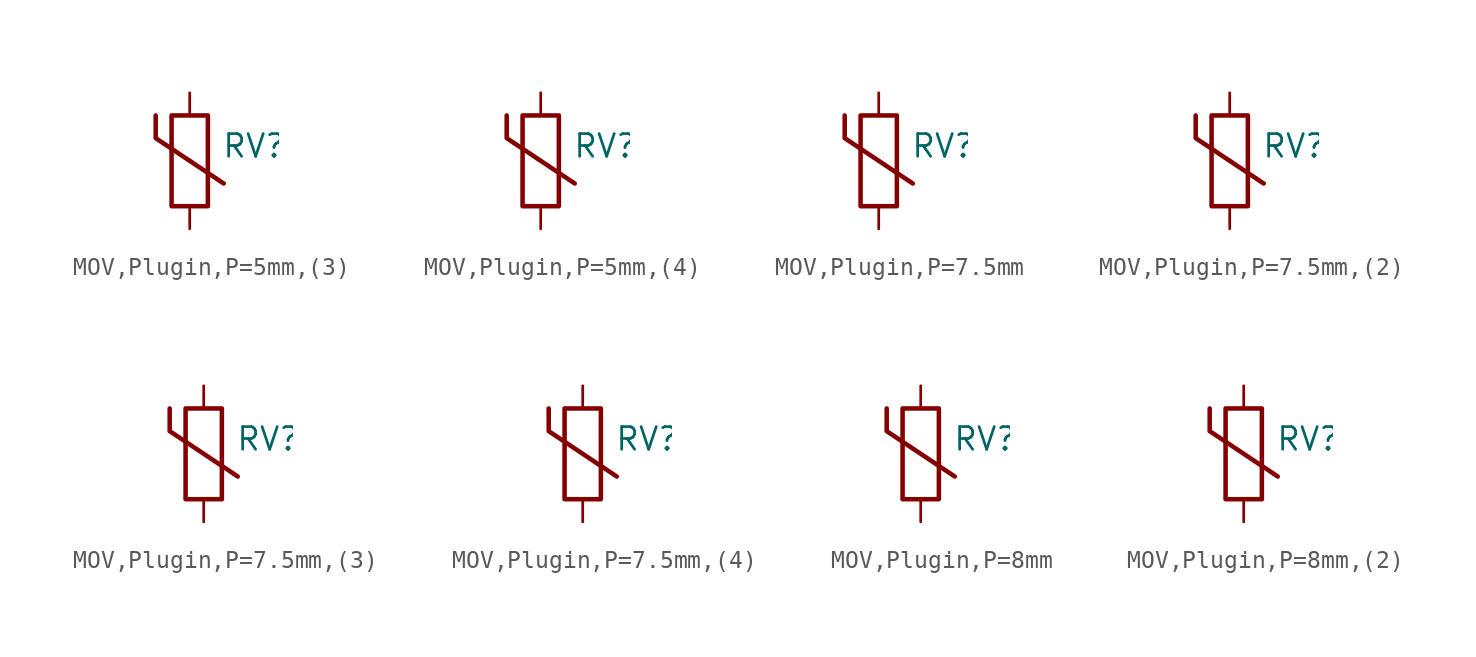
<source format=kicad_sym>
(kicad_symbol_lib
  (version 20231120)
  (generator "CDFER")
  (generator_version "8.0")
  (symbol "MOV,Plugin,P=5mm,(3)"
    (pin_numbers hide)
    (pin_names
      (offset 0))
    (property "Reference" "RV"
      (at 1.778 0.834 0)
      (effects (font (size 1.27 1.27)) (justify left)))
    (property "Value" ""
      (at 1.778 -1.212 0)
      (effects (font (size 0.8 0.8)) (justify left)))
    (symbol "MOV,Plugin,P=5mm,(3)_0_1"
      (rectangle (start -1.016 2.54) (end 1.016 -2.54) (stroke (width 0.254) (type default)) (fill (type none))))
    (symbol "MOV,Plugin,P=5mm,(3)_0_1"
      (polyline (pts (xy -1.905 2.54) (xy -1.905 1.27) (xy 1.905 -1.27)) (stroke (width 0.254) (type default)) (fill (type none))))
    (symbol "MOV,Plugin,P=5mm,(3)_1_1"
      (pin passive line (at 0 3.81 270) (length 1.27) (name "~" (effects (font (size 1.27 1.27)))) (number "1" (effects (font (size 1.27 1.27)))))
      (pin passive line (at 0 -3.81 90) (length 1.27) (name "~" (effects (font (size 1.27 1.27)))) (number "2" (effects (font (size 1.27 1.27)))))))
  (symbol "MOV,Plugin,P=5mm,(4)"
    (pin_numbers hide)
    (pin_names
      (offset 0))
    (property "Reference" "RV"
      (at 1.778 0.834 0)
      (effects (font (size 1.27 1.27)) (justify left)))
    (property "Value" ""
      (at 1.778 -1.212 0)
      (effects (font (size 0.8 0.8)) (justify left)))
    (symbol "MOV,Plugin,P=5mm,(4)_0_1"
      (rectangle (start -1.016 2.54) (end 1.016 -2.54) (stroke (width 0.254) (type default)) (fill (type none))))
    (symbol "MOV,Plugin,P=5mm,(4)_0_1"
      (polyline (pts (xy -1.905 2.54) (xy -1.905 1.27) (xy 1.905 -1.27)) (stroke (width 0.254) (type default)) (fill (type none))))
    (symbol "MOV,Plugin,P=5mm,(4)_1_1"
      (pin passive line (at 0 3.81 270) (length 1.27) (name "~" (effects (font (size 1.27 1.27)))) (number "1" (effects (font (size 1.27 1.27)))))
      (pin passive line (at 0 -3.81 90) (length 1.27) (name "~" (effects (font (size 1.27 1.27)))) (number "2" (effects (font (size 1.27 1.27)))))))
  (symbol "MOV,Plugin,P=7.5mm"
    (pin_numbers hide)
    (pin_names
      (offset 0))
    (property "Reference" "RV"
      (at 1.778 0.834 0)
      (effects (font (size 1.27 1.27)) (justify left)))
    (property "Value" ""
      (at 1.778 -1.212 0)
      (effects (font (size 0.8 0.8)) (justify left)))
    (symbol "MOV,Plugin,P=7.5mm_0_1"
      (rectangle (start -1.016 2.54) (end 1.016 -2.54) (stroke (width 0.254) (type default)) (fill (type none))))
    (symbol "MOV,Plugin,P=7.5mm_0_1"
      (polyline (pts (xy -1.905 2.54) (xy -1.905 1.27) (xy 1.905 -1.27)) (stroke (width 0.254) (type default)) (fill (type none))))
    (symbol "MOV,Plugin,P=7.5mm_1_1"
      (pin passive line (at 0 3.81 270) (length 1.27) (name "~" (effects (font (size 1.27 1.27)))) (number "1" (effects (font (size 1.27 1.27)))))
      (pin passive line (at 0 -3.81 90) (length 1.27) (name "~" (effects (font (size 1.27 1.27)))) (number "2" (effects (font (size 1.27 1.27)))))))
  (symbol "MOV,Plugin,P=7.5mm,(2)"
    (pin_numbers hide)
    (pin_names
      (offset 0))
    (property "Reference" "RV"
      (at 1.778 0.834 0)
      (effects (font (size 1.27 1.27)) (justify left)))
    (property "Value" ""
      (at 1.778 -1.212 0)
      (effects (font (size 0.8 0.8)) (justify left)))
    (symbol "MOV,Plugin,P=7.5mm,(2)_0_1"
      (rectangle (start -1.016 2.54) (end 1.016 -2.54) (stroke (width 0.254) (type default)) (fill (type none))))
    (symbol "MOV,Plugin,P=7.5mm,(2)_0_1"
      (polyline (pts (xy -1.905 2.54) (xy -1.905 1.27) (xy 1.905 -1.27)) (stroke (width 0.254) (type default)) (fill (type none))))
    (symbol "MOV,Plugin,P=7.5mm,(2)_1_1"
      (pin passive line (at 0 3.81 270) (length 1.27) (name "~" (effects (font (size 1.27 1.27)))) (number "1" (effects (font (size 1.27 1.27)))))
      (pin passive line (at 0 -3.81 90) (length 1.27) (name "~" (effects (font (size 1.27 1.27)))) (number "2" (effects (font (size 1.27 1.27)))))))
  (symbol "MOV,Plugin,P=7.5mm,(3)"
    (pin_numbers hide)
    (pin_names
      (offset 0))
    (property "Reference" "RV"
      (at 1.778 0.834 0)
      (effects (font (size 1.27 1.27)) (justify left)))
    (property "Value" ""
      (at 1.778 -1.212 0)
      (effects (font (size 0.8 0.8)) (justify left)))
    (symbol "MOV,Plugin,P=7.5mm,(3)_0_1"
      (rectangle (start -1.016 2.54) (end 1.016 -2.54) (stroke (width 0.254) (type default)) (fill (type none))))
    (symbol "MOV,Plugin,P=7.5mm,(3)_0_1"
      (polyline (pts (xy -1.905 2.54) (xy -1.905 1.27) (xy 1.905 -1.27)) (stroke (width 0.254) (type default)) (fill (type none))))
    (symbol "MOV,Plugin,P=7.5mm,(3)_1_1"
      (pin passive line (at 0 3.81 270) (length 1.27) (name "~" (effects (font (size 1.27 1.27)))) (number "1" (effects (font (size 1.27 1.27)))))
      (pin passive line (at 0 -3.81 90) (length 1.27) (name "~" (effects (font (size 1.27 1.27)))) (number "2" (effects (font (size 1.27 1.27)))))))
  (symbol "MOV,Plugin,P=7.5mm,(4)"
    (pin_numbers hide)
    (pin_names
      (offset 0))
    (property "Reference" "RV"
      (at 1.778 0.834 0)
      (effects (font (size 1.27 1.27)) (justify left)))
    (property "Value" ""
      (at 1.778 -1.212 0)
      (effects (font (size 0.8 0.8)) (justify left)))
    (symbol "MOV,Plugin,P=7.5mm,(4)_0_1"
      (rectangle (start -1.016 2.54) (end 1.016 -2.54) (stroke (width 0.254) (type default)) (fill (type none))))
    (symbol "MOV,Plugin,P=7.5mm,(4)_0_1"
      (polyline (pts (xy -1.905 2.54) (xy -1.905 1.27) (xy 1.905 -1.27)) (stroke (width 0.254) (type default)) (fill (type none))))
    (symbol "MOV,Plugin,P=7.5mm,(4)_1_1"
      (pin passive line (at 0 3.81 270) (length 1.27) (name "~" (effects (font (size 1.27 1.27)))) (number "1" (effects (font (size 1.27 1.27)))))
      (pin passive line (at 0 -3.81 90) (length 1.27) (name "~" (effects (font (size 1.27 1.27)))) (number "2" (effects (font (size 1.27 1.27)))))))
  (symbol "MOV,Plugin,P=8mm"
    (pin_numbers hide)
    (pin_names
      (offset 0))
    (property "Reference" "RV"
      (at 1.778 0.834 0)
      (effects (font (size 1.27 1.27)) (justify left)))
    (property "Value" ""
      (at 1.778 -1.212 0)
      (effects (font (size 0.8 0.8)) (justify left)))
    (symbol "MOV,Plugin,P=8mm_0_1"
      (rectangle (start -1.016 2.54) (end 1.016 -2.54) (stroke (width 0.254) (type default)) (fill (type none))))
    (symbol "MOV,Plugin,P=8mm_0_1"
      (polyline (pts (xy -1.905 2.54) (xy -1.905 1.27) (xy 1.905 -1.27)) (stroke (width 0.254) (type default)) (fill (type none))))
    (symbol "MOV,Plugin,P=8mm_1_1"
      (pin passive line (at 0 3.81 270) (length 1.27) (name "~" (effects (font (size 1.27 1.27)))) (number "1" (effects (font (size 1.27 1.27)))))
      (pin passive line (at 0 -3.81 90) (length 1.27) (name "~" (effects (font (size 1.27 1.27)))) (number "2" (effects (font (size 1.27 1.27)))))))
  (symbol "MOV,Plugin,P=8mm,(2)"
    (pin_numbers hide)
    (pin_names
      (offset 0))
    (property "Reference" "RV"
      (at 1.778 0.834 0)
      (effects (font (size 1.27 1.27)) (justify left)))
    (property "Value" ""
      (at 1.778 -1.212 0)
      (effects (font (size 0.8 0.8)) (justify left)))
    (symbol "MOV,Plugin,P=8mm,(2)_0_1"
      (rectangle (start -1.016 2.54) (end 1.016 -2.54) (stroke (width 0.254) (type default)) (fill (type none))))
    (symbol "MOV,Plugin,P=8mm,(2)_0_1"
      (polyline (pts (xy -1.905 2.54) (xy -1.905 1.27) (xy 1.905 -1.27)) (stroke (width 0.254) (type default)) (fill (type none))))
    (symbol "MOV,Plugin,P=8mm,(2)_1_1"
      (pin passive line (at 0 3.81 270) (length 1.27) (name "~" (effects (font (size 1.27 1.27)))) (number "1" (effects (font (size 1.27 1.27)))))
      (pin passive line (at 0 -3.81 90) (length 1.27) (name "~" (effects (font (size 1.27 1.27)))) (number "2" (effects (font (size 1.27 1.27))))))))
</source>
